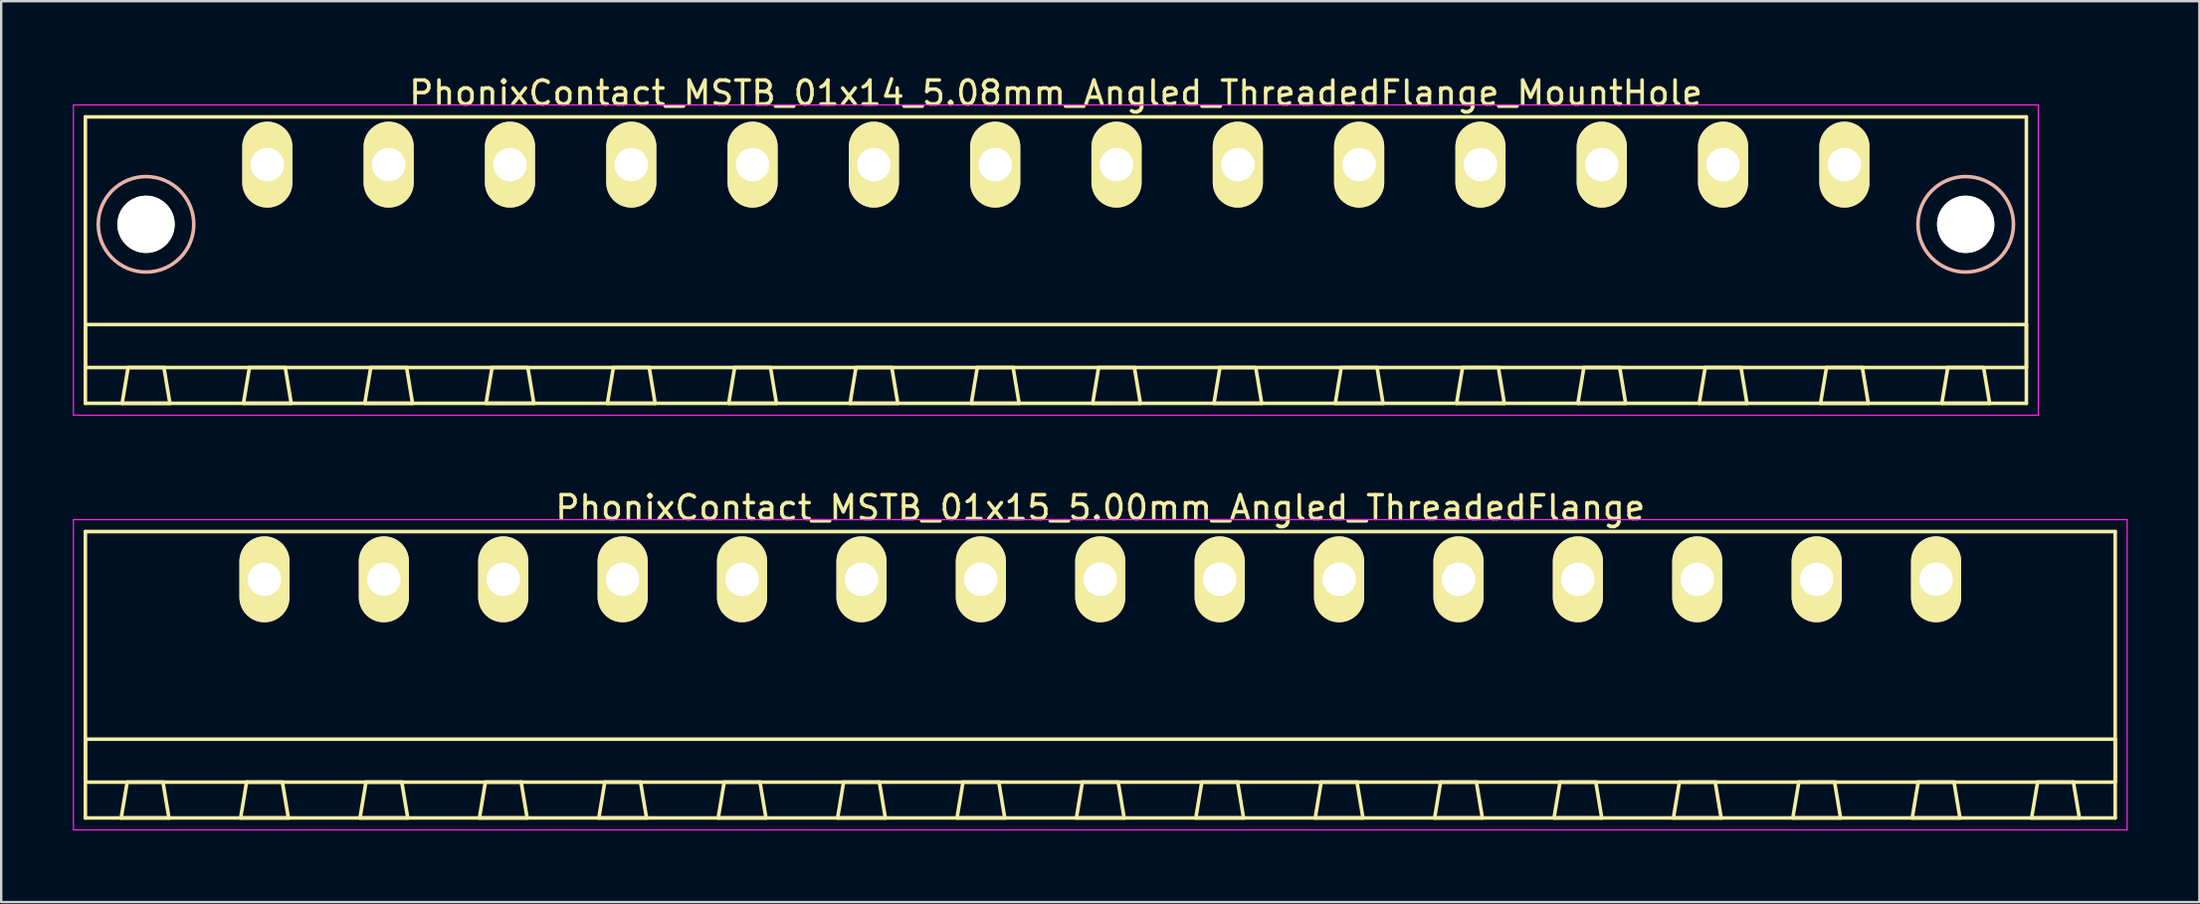
<source format=kicad_pcb>
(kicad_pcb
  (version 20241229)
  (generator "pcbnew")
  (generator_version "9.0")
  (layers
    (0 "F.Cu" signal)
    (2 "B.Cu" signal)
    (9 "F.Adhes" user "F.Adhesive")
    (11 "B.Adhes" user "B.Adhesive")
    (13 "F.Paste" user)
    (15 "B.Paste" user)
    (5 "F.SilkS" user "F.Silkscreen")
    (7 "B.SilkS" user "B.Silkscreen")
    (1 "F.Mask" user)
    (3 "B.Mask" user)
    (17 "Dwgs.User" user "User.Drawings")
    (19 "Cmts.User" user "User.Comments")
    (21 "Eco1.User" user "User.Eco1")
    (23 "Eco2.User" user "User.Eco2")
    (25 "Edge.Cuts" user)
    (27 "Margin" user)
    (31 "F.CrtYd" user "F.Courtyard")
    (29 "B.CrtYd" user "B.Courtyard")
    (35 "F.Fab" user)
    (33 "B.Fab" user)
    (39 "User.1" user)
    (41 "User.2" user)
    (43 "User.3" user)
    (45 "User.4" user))
  (footprint "PhonixContact_MSTB_01x15_5.00mm_Angled_ThreadedFlange"
    (layer "F.Cu")
    (at 8.025 21.221)
    (property "Reference" "PhonixContact_MSTB_01x15_5.00mm_Angled_ThreadedFlange" (at 35 -3 0) (layer "F.SilkS") (effects (font (size 1 1) (thickness 0.15))))
    (attr through_hole)
    (fp_line (start -7.5 -2) (end -7.5 10) (stroke (width 0.15) (type solid)) (layer "F.SilkS"))
    (fp_line (start -7.5 6.7) (end 77.5 6.7) (stroke (width 0.15) (type solid)) (layer "F.SilkS"))
    (fp_line (start -7.5 8.5) (end -7.5 6.7) (stroke (width 0.15) (type solid)) (layer "F.SilkS"))
    (fp_line (start -7.5 10) (end 77.5 10) (stroke (width 0.15) (type solid)) (layer "F.SilkS"))
    (fp_line (start -6 10) (end -4 10) (stroke (width 0.15) (type solid)) (layer "F.SilkS"))
    (fp_line (start -5.75 8.5) (end -6 10) (stroke (width 0.15) (type solid)) (layer "F.SilkS"))
    (fp_line (start -4.25 8.5) (end -5.75 8.5) (stroke (width 0.15) (type solid)) (layer "F.SilkS"))
    (fp_line (start -4 10) (end -4.25 8.5) (stroke (width 0.15) (type solid)) (layer "F.SilkS"))
    (fp_line (start -1 10) (end 1 10) (stroke (width 0.15) (type solid)) (layer "F.SilkS"))
    (fp_line (start -0.75 8.5) (end -1 10) (stroke (width 0.15) (type solid)) (layer "F.SilkS"))
    (fp_line (start 0.75 8.5) (end -0.75 8.5) (stroke (width 0.15) (type solid)) (layer "F.SilkS"))
    (fp_line (start 1 10) (end 0.75 8.5) (stroke (width 0.15) (type solid)) (layer "F.SilkS"))
    (fp_line (start 4 10) (end 6 10) (stroke (width 0.15) (type solid)) (layer "F.SilkS"))
    (fp_line (start 4.25 8.5) (end 4 10) (stroke (width 0.15) (type solid)) (layer "F.SilkS"))
    (fp_line (start 5.75 8.5) (end 4.25 8.5) (stroke (width 0.15) (type solid)) (layer "F.SilkS"))
    (fp_line (start 6 10) (end 5.75 8.5) (stroke (width 0.15) (type solid)) (layer "F.SilkS"))
    (fp_line (start 9 10) (end 11 10) (stroke (width 0.15) (type solid)) (layer "F.SilkS"))
    (fp_line (start 9.25 8.5) (end 9 10) (stroke (width 0.15) (type solid)) (layer "F.SilkS"))
    (fp_line (start 10.75 8.5) (end 9.25 8.5) (stroke (width 0.15) (type solid)) (layer "F.SilkS"))
    (fp_line (start 11 10) (end 10.75 8.5) (stroke (width 0.15) (type solid)) (layer "F.SilkS"))
    (fp_line (start 14 10) (end 16 10) (stroke (width 0.15) (type solid)) (layer "F.SilkS"))
    (fp_line (start 14.25 8.5) (end 14 10) (stroke (width 0.15) (type solid)) (layer "F.SilkS"))
    (fp_line (start 15.75 8.5) (end 14.25 8.5) (stroke (width 0.15) (type solid)) (layer "F.SilkS"))
    (fp_line (start 16 10) (end 15.75 8.5) (stroke (width 0.15) (type solid)) (layer "F.SilkS"))
    (fp_line (start 19 10) (end 21 10) (stroke (width 0.15) (type solid)) (layer "F.SilkS"))
    (fp_line (start 19.25 8.5) (end 19 10) (stroke (width 0.15) (type solid)) (layer "F.SilkS"))
    (fp_line (start 20.75 8.5) (end 19.25 8.5) (stroke (width 0.15) (type solid)) (layer "F.SilkS"))
    (fp_line (start 21 10) (end 20.75 8.5) (stroke (width 0.15) (type solid)) (layer "F.SilkS"))
    (fp_line (start 24 10) (end 26 10) (stroke (width 0.15) (type solid)) (layer "F.SilkS"))
    (fp_line (start 24.25 8.5) (end 24 10) (stroke (width 0.15) (type solid)) (layer "F.SilkS"))
    (fp_line (start 25.75 8.5) (end 24.25 8.5) (stroke (width 0.15) (type solid)) (layer "F.SilkS"))
    (fp_line (start 26 10) (end 25.75 8.5) (stroke (width 0.15) (type solid)) (layer "F.SilkS"))
    (fp_line (start 29 10) (end 31 10) (stroke (width 0.15) (type solid)) (layer "F.SilkS"))
    (fp_line (start 29.25 8.5) (end 29 10) (stroke (width 0.15) (type solid)) (layer "F.SilkS"))
    (fp_line (start 30.75 8.5) (end 29.25 8.5) (stroke (width 0.15) (type solid)) (layer "F.SilkS"))
    (fp_line (start 31 10) (end 30.75 8.5) (stroke (width 0.15) (type solid)) (layer "F.SilkS"))
    (fp_line (start 34 10) (end 36 10) (stroke (width 0.15) (type solid)) (layer "F.SilkS"))
    (fp_line (start 34.25 8.5) (end 34 10) (stroke (width 0.15) (type solid)) (layer "F.SilkS"))
    (fp_line (start 35.75 8.5) (end 34.25 8.5) (stroke (width 0.15) (type solid)) (layer "F.SilkS"))
    (fp_line (start 36 10) (end 35.75 8.5) (stroke (width 0.15) (type solid)) (layer "F.SilkS"))
    (fp_line (start 39 10) (end 41 10) (stroke (width 0.15) (type solid)) (layer "F.SilkS"))
    (fp_line (start 39.25 8.5) (end 39 10) (stroke (width 0.15) (type solid)) (layer "F.SilkS"))
    (fp_line (start 40.75 8.5) (end 39.25 8.5) (stroke (width 0.15) (type solid)) (layer "F.SilkS"))
    (fp_line (start 41 10) (end 40.75 8.5) (stroke (width 0.15) (type solid)) (layer "F.SilkS"))
    (fp_line (start 44 10) (end 46 10) (stroke (width 0.15) (type solid)) (layer "F.SilkS"))
    (fp_line (start 44.25 8.5) (end 44 10) (stroke (width 0.15) (type solid)) (layer "F.SilkS"))
    (fp_line (start 45.75 8.5) (end 44.25 8.5) (stroke (width 0.15) (type solid)) (layer "F.SilkS"))
    (fp_line (start 46 10) (end 45.75 8.5) (stroke (width 0.15) (type solid)) (layer "F.SilkS"))
    (fp_line (start 49 10) (end 51 10) (stroke (width 0.15) (type solid)) (layer "F.SilkS"))
    (fp_line (start 49.25 8.5) (end 49 10) (stroke (width 0.15) (type solid)) (layer "F.SilkS"))
    (fp_line (start 50.75 8.5) (end 49.25 8.5) (stroke (width 0.15) (type solid)) (layer "F.SilkS"))
    (fp_line (start 51 10) (end 50.75 8.5) (stroke (width 0.15) (type solid)) (layer "F.SilkS"))
    (fp_line (start 54 10) (end 56 10) (stroke (width 0.15) (type solid)) (layer "F.SilkS"))
    (fp_line (start 54.25 8.5) (end 54 10) (stroke (width 0.15) (type solid)) (layer "F.SilkS"))
    (fp_line (start 55.75 8.5) (end 54.25 8.5) (stroke (width 0.15) (type solid)) (layer "F.SilkS"))
    (fp_line (start 56 10) (end 55.75 8.5) (stroke (width 0.15) (type solid)) (layer "F.SilkS"))
    (fp_line (start 59 10) (end 61 10) (stroke (width 0.15) (type solid)) (layer "F.SilkS"))
    (fp_line (start 59.25 8.5) (end 59 10) (stroke (width 0.15) (type solid)) (layer "F.SilkS"))
    (fp_line (start 60.75 8.5) (end 59.25 8.5) (stroke (width 0.15) (type solid)) (layer "F.SilkS"))
    (fp_line (start 61 10) (end 60.75 8.5) (stroke (width 0.15) (type solid)) (layer "F.SilkS"))
    (fp_line (start 64 10) (end 66 10) (stroke (width 0.15) (type solid)) (layer "F.SilkS"))
    (fp_line (start 64.25 8.5) (end 64 10) (stroke (width 0.15) (type solid)) (layer "F.SilkS"))
    (fp_line (start 65.75 8.5) (end 64.25 8.5) (stroke (width 0.15) (type solid)) (layer "F.SilkS"))
    (fp_line (start 66 10) (end 65.75 8.5) (stroke (width 0.15) (type solid)) (layer "F.SilkS"))
    (fp_line (start 69 10) (end 71 10) (stroke (width 0.15) (type solid)) (layer "F.SilkS"))
    (fp_line (start 69.25 8.5) (end 69 10) (stroke (width 0.15) (type solid)) (layer "F.SilkS"))
    (fp_line (start 70.75 8.5) (end 69.25 8.5) (stroke (width 0.15) (type solid)) (layer "F.SilkS"))
    (fp_line (start 71 10) (end 70.75 8.5) (stroke (width 0.15) (type solid)) (layer "F.SilkS"))
    (fp_line (start 74 10) (end 76 10) (stroke (width 0.15) (type solid)) (layer "F.SilkS"))
    (fp_line (start 74.25 8.5) (end 74 10) (stroke (width 0.15) (type solid)) (layer "F.SilkS"))
    (fp_line (start 75.75 8.5) (end 74.25 8.5) (stroke (width 0.15) (type solid)) (layer "F.SilkS"))
    (fp_line (start 76 10) (end 75.75 8.5) (stroke (width 0.15) (type solid)) (layer "F.SilkS"))
    (fp_line (start 77.5 -2) (end -7.5 -2) (stroke (width 0.15) (type solid)) (layer "F.SilkS"))
    (fp_line (start 77.5 6.7) (end 77.5 8.5) (stroke (width 0.15) (type solid)) (layer "F.SilkS"))
    (fp_line (start 77.5 8.5) (end -7.5 8.5) (stroke (width 0.15) (type solid)) (layer "F.SilkS"))
    (fp_line (start 77.5 10) (end 77.5 -2) (stroke (width 0.15) (type solid)) (layer "F.SilkS"))
    (fp_line (start -8 -2.5) (end -8 10.5) (stroke (width 0.05) (type solid)) (layer "F.CrtYd"))
    (fp_line (start -8 10.5) (end 78 10.5) (stroke (width 0.05) (type solid)) (layer "F.CrtYd"))
    (fp_line (start 78 -2.5) (end -8 -2.5) (stroke (width 0.05) (type solid)) (layer "F.CrtYd"))
    (fp_line (start 78 10.5) (end 78 -2.5) (stroke (width 0.05) (type solid)) (layer "F.CrtYd"))
    (pad "1" thru_hole oval (at 0 0) (size 2.1 3.6) (drill 1.4) (layers "*.Cu" "*.Mask" "F.SilkS"))
    (pad "2" thru_hole oval (at 5 0) (size 2.1 3.6) (drill 1.4) (layers "*.Cu" "*.Mask" "F.SilkS"))
    (pad "3" thru_hole oval (at 10 0) (size 2.1 3.6) (drill 1.4) (layers "*.Cu" "*.Mask" "F.SilkS"))
    (pad "4" thru_hole oval (at 15 0) (size 2.1 3.6) (drill 1.4) (layers "*.Cu" "*.Mask" "F.SilkS"))
    (pad "5" thru_hole oval (at 20 0) (size 2.1 3.6) (drill 1.4) (layers "*.Cu" "*.Mask" "F.SilkS"))
    (pad "6" thru_hole oval (at 25 0) (size 2.1 3.6) (drill 1.4) (layers "*.Cu" "*.Mask" "F.SilkS"))
    (pad "7" thru_hole oval (at 30 0) (size 2.1 3.6) (drill 1.4) (layers "*.Cu" "*.Mask" "F.SilkS"))
    (pad "8" thru_hole oval (at 35 0) (size 2.1 3.6) (drill 1.4) (layers "*.Cu" "*.Mask" "F.SilkS"))
    (pad "9" thru_hole oval (at 40 0) (size 2.1 3.6) (drill 1.4) (layers "*.Cu" "*.Mask" "F.SilkS"))
    (pad "10" thru_hole oval (at 45 0) (size 2.1 3.6) (drill 1.4) (layers "*.Cu" "*.Mask" "F.SilkS"))
    (pad "11" thru_hole oval (at 50 0) (size 2.1 3.6) (drill 1.4) (layers "*.Cu" "*.Mask" "F.SilkS"))
    (pad "12" thru_hole oval (at 55 0) (size 2.1 3.6) (drill 1.4) (layers "*.Cu" "*.Mask" "F.SilkS"))
    (pad "13" thru_hole oval (at 60 0) (size 2.1 3.6) (drill 1.4) (layers "*.Cu" "*.Mask" "F.SilkS"))
    (pad "14" thru_hole oval (at 65 0) (size 2.1 3.6) (drill 1.4) (layers "*.Cu" "*.Mask" "F.SilkS"))
    (pad "15" thru_hole oval (at 70 0) (size 2.1 3.6) (drill 1.4) (layers "*.Cu" "*.Mask" "F.SilkS")))
  (footprint "PhonixContact_MSTB_01x14_5.08mm_Angled_ThreadedFlange_MountHole"
    (layer "F.Cu")
    (at 8.145 3.848)
    (property "Reference" "PhonixContact_MSTB_01x14_5.08mm_Angled_ThreadedFlange_MountHole" (at 33.02 -3 0) (layer "F.SilkS") (effects (font (size 1 1) (thickness 0.15))))
    (attr through_hole)
    (fp_line (start -7.62 -2) (end -7.62 10) (stroke (width 0.15) (type solid)) (layer "F.SilkS"))
    (fp_line (start -7.62 6.7) (end 73.66 6.7) (stroke (width 0.15) (type solid)) (layer "F.SilkS"))
    (fp_line (start -7.62 8.5) (end -7.62 6.7) (stroke (width 0.15) (type solid)) (layer "F.SilkS"))
    (fp_line (start -7.62 10) (end 73.66 10) (stroke (width 0.15) (type solid)) (layer "F.SilkS"))
    (fp_line (start -6.08 10) (end -4.08 10) (stroke (width 0.15) (type solid)) (layer "F.SilkS"))
    (fp_line (start -5.83 8.5) (end -6.08 10) (stroke (width 0.15) (type solid)) (layer "F.SilkS"))
    (fp_line (start -4.33 8.5) (end -5.83 8.5) (stroke (width 0.15) (type solid)) (layer "F.SilkS"))
    (fp_line (start -4.08 10) (end -4.33 8.5) (stroke (width 0.15) (type solid)) (layer "F.SilkS"))
    (fp_line (start -1 10) (end 1 10) (stroke (width 0.15) (type solid)) (layer "F.SilkS"))
    (fp_line (start -0.75 8.5) (end -1 10) (stroke (width 0.15) (type solid)) (layer "F.SilkS"))
    (fp_line (start 0.75 8.5) (end -0.75 8.5) (stroke (width 0.15) (type solid)) (layer "F.SilkS"))
    (fp_line (start 1 10) (end 0.75 8.5) (stroke (width 0.15) (type solid)) (layer "F.SilkS"))
    (fp_line (start 4.08 10) (end 6.08 10) (stroke (width 0.15) (type solid)) (layer "F.SilkS"))
    (fp_line (start 4.33 8.5) (end 4.08 10) (stroke (width 0.15) (type solid)) (layer "F.SilkS"))
    (fp_line (start 5.83 8.5) (end 4.33 8.5) (stroke (width 0.15) (type solid)) (layer "F.SilkS"))
    (fp_line (start 6.08 10) (end 5.83 8.5) (stroke (width 0.15) (type solid)) (layer "F.SilkS"))
    (fp_line (start 9.16 10) (end 11.16 10) (stroke (width 0.15) (type solid)) (layer "F.SilkS"))
    (fp_line (start 9.41 8.5) (end 9.16 10) (stroke (width 0.15) (type solid)) (layer "F.SilkS"))
    (fp_line (start 10.91 8.5) (end 9.41 8.5) (stroke (width 0.15) (type solid)) (layer "F.SilkS"))
    (fp_line (start 11.16 10) (end 10.91 8.5) (stroke (width 0.15) (type solid)) (layer "F.SilkS"))
    (fp_line (start 14.24 10) (end 16.24 10) (stroke (width 0.15) (type solid)) (layer "F.SilkS"))
    (fp_line (start 14.49 8.5) (end 14.24 10) (stroke (width 0.15) (type solid)) (layer "F.SilkS"))
    (fp_line (start 15.99 8.5) (end 14.49 8.5) (stroke (width 0.15) (type solid)) (layer "F.SilkS"))
    (fp_line (start 16.24 10) (end 15.99 8.5) (stroke (width 0.15) (type solid)) (layer "F.SilkS"))
    (fp_line (start 19.32 10) (end 21.32 10) (stroke (width 0.15) (type solid)) (layer "F.SilkS"))
    (fp_line (start 19.57 8.5) (end 19.32 10) (stroke (width 0.15) (type solid)) (layer "F.SilkS"))
    (fp_line (start 21.07 8.5) (end 19.57 8.5) (stroke (width 0.15) (type solid)) (layer "F.SilkS"))
    (fp_line (start 21.32 10) (end 21.07 8.5) (stroke (width 0.15) (type solid)) (layer "F.SilkS"))
    (fp_line (start 24.4 10) (end 26.4 10) (stroke (width 0.15) (type solid)) (layer "F.SilkS"))
    (fp_line (start 24.65 8.5) (end 24.4 10) (stroke (width 0.15) (type solid)) (layer "F.SilkS"))
    (fp_line (start 26.15 8.5) (end 24.65 8.5) (stroke (width 0.15) (type solid)) (layer "F.SilkS"))
    (fp_line (start 26.4 10) (end 26.15 8.5) (stroke (width 0.15) (type solid)) (layer "F.SilkS"))
    (fp_line (start 29.48 10) (end 31.48 10) (stroke (width 0.15) (type solid)) (layer "F.SilkS"))
    (fp_line (start 29.73 8.5) (end 29.48 10) (stroke (width 0.15) (type solid)) (layer "F.SilkS"))
    (fp_line (start 31.23 8.5) (end 29.73 8.5) (stroke (width 0.15) (type solid)) (layer "F.SilkS"))
    (fp_line (start 31.48 10) (end 31.23 8.5) (stroke (width 0.15) (type solid)) (layer "F.SilkS"))
    (fp_line (start 34.56 10) (end 36.56 10) (stroke (width 0.15) (type solid)) (layer "F.SilkS"))
    (fp_line (start 34.81 8.5) (end 34.56 10) (stroke (width 0.15) (type solid)) (layer "F.SilkS"))
    (fp_line (start 36.31 8.5) (end 34.81 8.5) (stroke (width 0.15) (type solid)) (layer "F.SilkS"))
    (fp_line (start 36.56 10) (end 36.31 8.5) (stroke (width 0.15) (type solid)) (layer "F.SilkS"))
    (fp_line (start 39.64 10) (end 41.64 10) (stroke (width 0.15) (type solid)) (layer "F.SilkS"))
    (fp_line (start 39.89 8.5) (end 39.64 10) (stroke (width 0.15) (type solid)) (layer "F.SilkS"))
    (fp_line (start 41.39 8.5) (end 39.89 8.5) (stroke (width 0.15) (type solid)) (layer "F.SilkS"))
    (fp_line (start 41.64 10) (end 41.39 8.5) (stroke (width 0.15) (type solid)) (layer "F.SilkS"))
    (fp_line (start 44.72 10) (end 46.72 10) (stroke (width 0.15) (type solid)) (layer "F.SilkS"))
    (fp_line (start 44.97 8.5) (end 44.72 10) (stroke (width 0.15) (type solid)) (layer "F.SilkS"))
    (fp_line (start 46.47 8.5) (end 44.97 8.5) (stroke (width 0.15) (type solid)) (layer "F.SilkS"))
    (fp_line (start 46.72 10) (end 46.47 8.5) (stroke (width 0.15) (type solid)) (layer "F.SilkS"))
    (fp_line (start 49.8 10) (end 51.8 10) (stroke (width 0.15) (type solid)) (layer "F.SilkS"))
    (fp_line (start 50.05 8.5) (end 49.8 10) (stroke (width 0.15) (type solid)) (layer "F.SilkS"))
    (fp_line (start 51.55 8.5) (end 50.05 8.5) (stroke (width 0.15) (type solid)) (layer "F.SilkS"))
    (fp_line (start 51.8 10) (end 51.55 8.5) (stroke (width 0.15) (type solid)) (layer "F.SilkS"))
    (fp_line (start 54.88 10) (end 56.88 10) (stroke (width 0.15) (type solid)) (layer "F.SilkS"))
    (fp_line (start 55.13 8.5) (end 54.88 10) (stroke (width 0.15) (type solid)) (layer "F.SilkS"))
    (fp_line (start 56.63 8.5) (end 55.13 8.5) (stroke (width 0.15) (type solid)) (layer "F.SilkS"))
    (fp_line (start 56.88 10) (end 56.63 8.5) (stroke (width 0.15) (type solid)) (layer "F.SilkS"))
    (fp_line (start 59.96 10) (end 61.96 10) (stroke (width 0.15) (type solid)) (layer "F.SilkS"))
    (fp_line (start 60.21 8.5) (end 59.96 10) (stroke (width 0.15) (type solid)) (layer "F.SilkS"))
    (fp_line (start 61.71 8.5) (end 60.21 8.5) (stroke (width 0.15) (type solid)) (layer "F.SilkS"))
    (fp_line (start 61.96 10) (end 61.71 8.5) (stroke (width 0.15) (type solid)) (layer "F.SilkS"))
    (fp_line (start 65.04 10) (end 67.04 10) (stroke (width 0.15) (type solid)) (layer "F.SilkS"))
    (fp_line (start 65.29 8.5) (end 65.04 10) (stroke (width 0.15) (type solid)) (layer "F.SilkS"))
    (fp_line (start 66.79 8.5) (end 65.29 8.5) (stroke (width 0.15) (type solid)) (layer "F.SilkS"))
    (fp_line (start 67.04 10) (end 66.79 8.5) (stroke (width 0.15) (type solid)) (layer "F.SilkS"))
    (fp_line (start 70.12 10) (end 72.12 10) (stroke (width 0.15) (type solid)) (layer "F.SilkS"))
    (fp_line (start 70.37 8.5) (end 70.12 10) (stroke (width 0.15) (type solid)) (layer "F.SilkS"))
    (fp_line (start 71.87 8.5) (end 70.37 8.5) (stroke (width 0.15) (type solid)) (layer "F.SilkS"))
    (fp_line (start 72.12 10) (end 71.87 8.5) (stroke (width 0.15) (type solid)) (layer "F.SilkS"))
    (fp_line (start 73.66 -2) (end -7.62 -2) (stroke (width 0.15) (type solid)) (layer "F.SilkS"))
    (fp_line (start 73.66 6.7) (end 73.66 8.5) (stroke (width 0.15) (type solid)) (layer "F.SilkS"))
    (fp_line (start 73.66 8.5) (end -7.62 8.5) (stroke (width 0.15) (type solid)) (layer "F.SilkS"))
    (fp_line (start 73.66 10) (end 73.66 -2) (stroke (width 0.15) (type solid)) (layer "F.SilkS"))
    (fp_circle (center -5.08 2.5) (end -3.08 2.5) (stroke (width 0.15) (type solid)) (fill no) (layer "B.SilkS"))
    (fp_circle (center 71.12 2.5) (end 73.12 2.5) (stroke (width 0.15) (type solid)) (fill no) (layer "B.SilkS"))
    (fp_line (start -8.12 -2.5) (end -8.12 10.5) (stroke (width 0.05) (type solid)) (layer "F.CrtYd"))
    (fp_line (start -8.12 10.5) (end 74.16 10.5) (stroke (width 0.05) (type solid)) (layer "F.CrtYd"))
    (fp_line (start 74.16 -2.5) (end -8.12 -2.5) (stroke (width 0.05) (type solid)) (layer "F.CrtYd"))
    (fp_line (start 74.16 10.5) (end 74.16 -2.5) (stroke (width 0.05) (type solid)) (layer "F.CrtYd"))
    (pad "" np_thru_hole circle (at -5.08 2.5) (size 2.4 2.4) (drill 2.4) (layers "*.Cu" "*.Mask" "F.SilkS"))
    (pad "" np_thru_hole circle (at 71.12 2.5) (size 2.4 2.4) (drill 2.4) (layers "*.Cu" "*.Mask" "F.SilkS"))
    (pad "1" thru_hole oval (at 0 0) (size 2.1 3.6) (drill 1.4) (layers "*.Cu" "*.Mask" "F.SilkS"))
    (pad "2" thru_hole oval (at 5.08 0) (size 2.1 3.6) (drill 1.4) (layers "*.Cu" "*.Mask" "F.SilkS"))
    (pad "3" thru_hole oval (at 10.16 0) (size 2.1 3.6) (drill 1.4) (layers "*.Cu" "*.Mask" "F.SilkS"))
    (pad "4" thru_hole oval (at 15.24 0) (size 2.1 3.6) (drill 1.4) (layers "*.Cu" "*.Mask" "F.SilkS"))
    (pad "5" thru_hole oval (at 20.32 0) (size 2.1 3.6) (drill 1.4) (layers "*.Cu" "*.Mask" "F.SilkS"))
    (pad "6" thru_hole oval (at 25.4 0) (size 2.1 3.6) (drill 1.4) (layers "*.Cu" "*.Mask" "F.SilkS"))
    (pad "7" thru_hole oval (at 30.48 0) (size 2.1 3.6) (drill 1.4) (layers "*.Cu" "*.Mask" "F.SilkS"))
    (pad "8" thru_hole oval (at 35.56 0) (size 2.1 3.6) (drill 1.4) (layers "*.Cu" "*.Mask" "F.SilkS"))
    (pad "9" thru_hole oval (at 40.64 0) (size 2.1 3.6) (drill 1.4) (layers "*.Cu" "*.Mask" "F.SilkS"))
    (pad "10" thru_hole oval (at 45.72 0) (size 2.1 3.6) (drill 1.4) (layers "*.Cu" "*.Mask" "F.SilkS"))
    (pad "11" thru_hole oval (at 50.8 0) (size 2.1 3.6) (drill 1.4) (layers "*.Cu" "*.Mask" "F.SilkS"))
    (pad "12" thru_hole oval (at 55.88 0) (size 2.1 3.6) (drill 1.4) (layers "*.Cu" "*.Mask" "F.SilkS"))
    (pad "13" thru_hole oval (at 60.96 0) (size 2.1 3.6) (drill 1.4) (layers "*.Cu" "*.Mask" "F.SilkS"))
    (pad "14" thru_hole oval (at 66.04 0) (size 2.1 3.6) (drill 1.4) (layers "*.Cu" "*.Mask" "F.SilkS")))
  (gr_rect
    (start -3 -3)
    (end 89.05 34.746)
    (stroke (width 0.1) (type default))
    (fill no)
    (layer "Edge.Cuts")))
</source>
